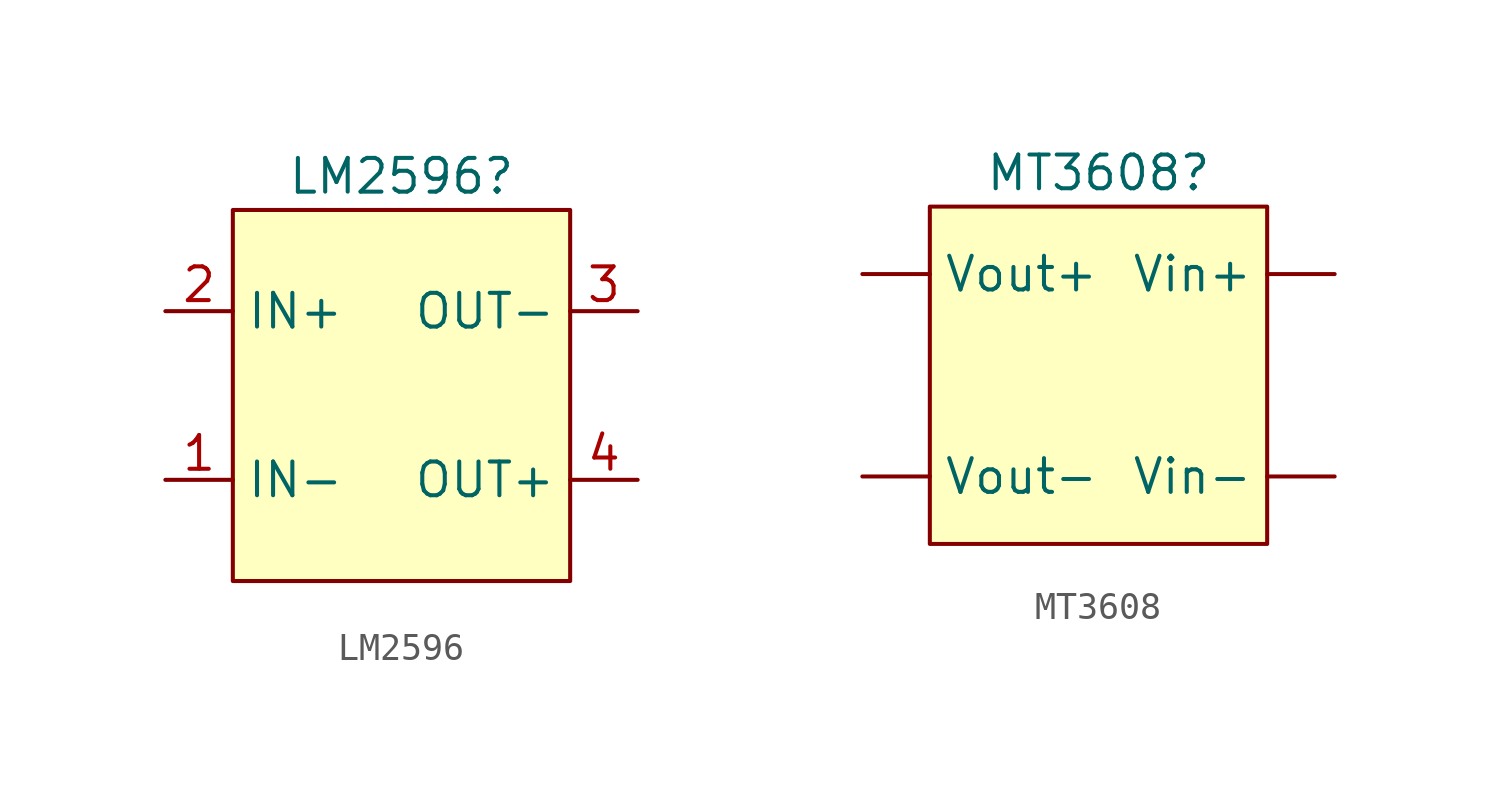
<source format=kicad_sym>
(kicad_symbol_lib
  (version 20220914)
  (generator kicad_symbol_editor)
  (symbol "LM2596"
    (property "Reference" "LM2596"
      (at 0 8.89 0)
      (effects (font (size 1.27 1.27))))
    (property "Value" ""
      (at 0 0 0)
      (effects (font (size 1.27 1.27))))
    (symbol "LM2596_1_1"
      (rectangle (start -6.35 7.62) (end 6.35 -6.35) (stroke (width 0) (type default)) (fill (type background)))
      (pin input line (at -8.89 -2.54 0) (length 2.54) (name "IN-" (effects (font (size 1.27 1.27)))) (number "1" (effects (font (size 1.27 1.27)))))
      (pin input line (at -8.89 3.81 0) (length 2.54) (name "IN+" (effects (font (size 1.27 1.27)))) (number "2" (effects (font (size 1.27 1.27)))))
      (pin input line (at 8.89 3.81 180) (length 2.54) (name "OUT-" (effects (font (size 1.27 1.27)))) (number "3" (effects (font (size 1.27 1.27)))))
      (pin input line (at 8.89 -2.54 180) (length 2.54) (name "OUT+" (effects (font (size 1.27 1.27)))) (number "4" (effects (font (size 1.27 1.27)))))))
  (symbol "MT3608"
    (property "Reference" "MT3608"
      (at 1.27 6.35 0)
      (effects (font (size 1.27 1.27))))
    (property "Value" ""
      (at 0 0 0)
      (effects (font (size 1.27 1.27))))
    (symbol "MT3608_1_1"
      (rectangle (start -5.08 5.08) (end 7.62 -7.62) (stroke (width 0) (type default)) (fill (type background)))
      (pin input line (at 10.16 2.54 180) (length 2.54) (name "Vin+" (effects (font (size 1.27 1.27)))) (number "" (effects (font (size 1.27 1.27)))))
      (pin input line (at 10.16 -5.08 180) (length 2.54) (name "Vin-" (effects (font (size 1.27 1.27)))) (number "" (effects (font (size 1.27 1.27)))))
      (pin output line (at -7.62 2.54 0) (length 2.54) (name "Vout+" (effects (font (size 1.27 1.27)))) (number "" (effects (font (size 1.27 1.27)))))
      (pin output line (at -7.62 -5.08 0) (length 2.54) (name "Vout-" (effects (font (size 1.27 1.27)))) (number "" (effects (font (size 1.27 1.27))))))))
</source>
